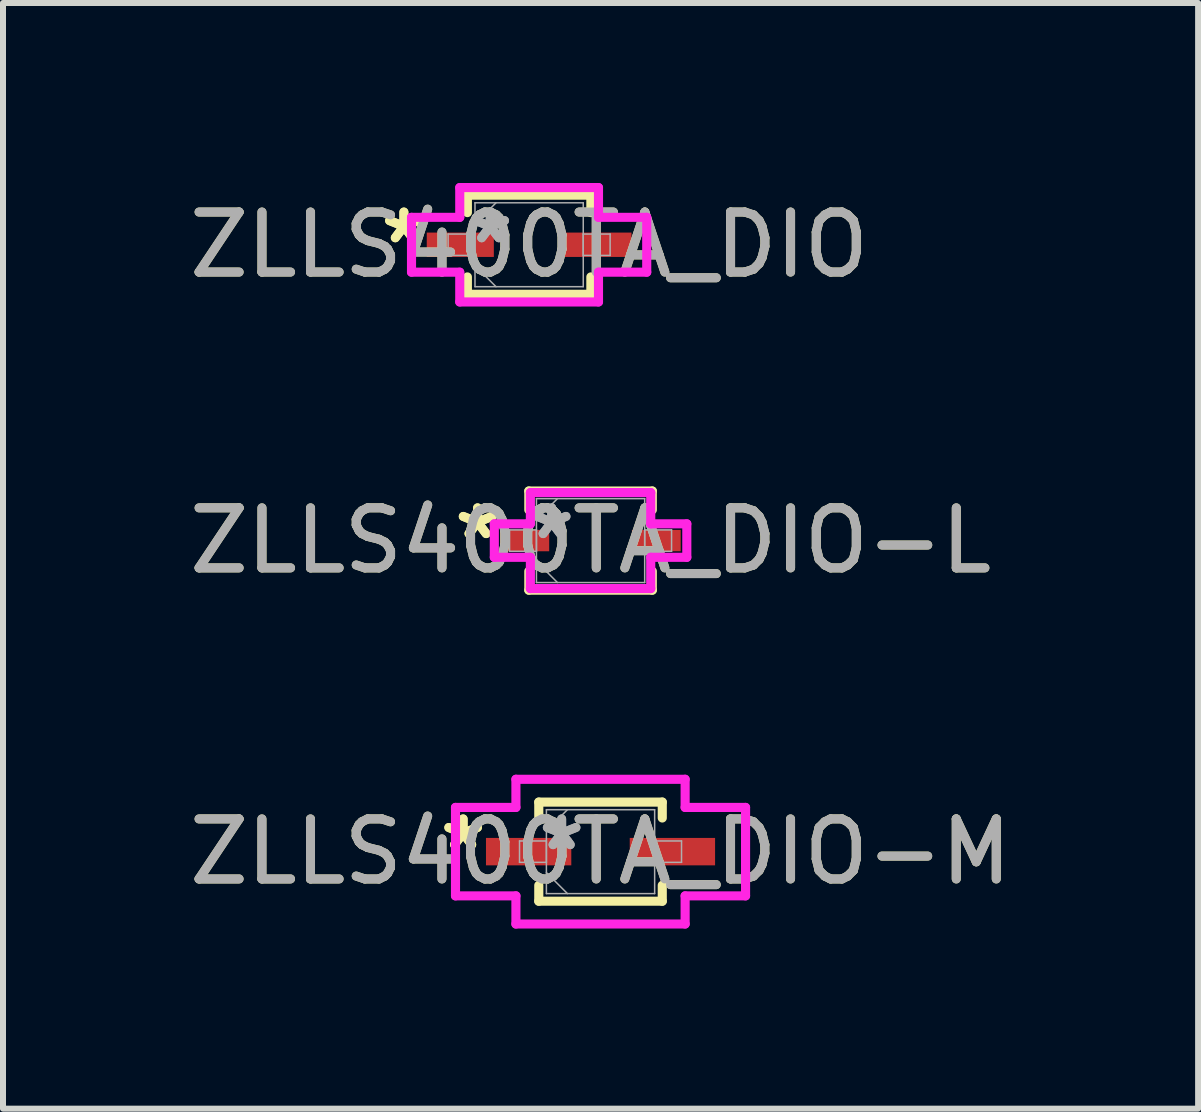
<source format=kicad_pcb>
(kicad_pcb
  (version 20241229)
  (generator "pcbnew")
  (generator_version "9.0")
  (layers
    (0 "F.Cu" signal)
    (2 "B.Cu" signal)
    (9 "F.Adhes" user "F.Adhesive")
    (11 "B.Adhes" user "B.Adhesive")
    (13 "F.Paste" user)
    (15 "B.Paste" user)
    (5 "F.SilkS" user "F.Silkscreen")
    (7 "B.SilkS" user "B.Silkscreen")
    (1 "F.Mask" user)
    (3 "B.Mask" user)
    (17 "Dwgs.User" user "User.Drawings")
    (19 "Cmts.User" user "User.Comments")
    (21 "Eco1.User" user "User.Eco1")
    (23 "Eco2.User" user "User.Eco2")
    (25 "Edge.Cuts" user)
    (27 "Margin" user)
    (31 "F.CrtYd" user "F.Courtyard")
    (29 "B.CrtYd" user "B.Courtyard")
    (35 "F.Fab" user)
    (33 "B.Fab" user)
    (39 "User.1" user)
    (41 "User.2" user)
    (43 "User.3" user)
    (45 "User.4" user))
  (footprint "ZLLS400TA_DIO"
    (layer "F.Cu")
    (at 5.768 1.029)
    (property "Reference" "ZLLS400TA_DIO" (at 0 0 0) (unlocked yes) (layer "F.SilkS") (effects (font (size 1 1) (thickness 0.15))))
    (attr smd)
    (fp_line (start -1.029 -0.826) (end -1.029 -0.536) (stroke (width 0.152) (type solid)) (layer "F.SilkS"))
    (fp_line (start -1.029 0.536) (end -1.029 0.826) (stroke (width 0.152) (type solid)) (layer "F.SilkS"))
    (fp_line (start -1.029 0.826) (end 1.029 0.826) (stroke (width 0.152) (type solid)) (layer "F.SilkS"))
    (fp_line (start 1.029 -0.826) (end -1.029 -0.826) (stroke (width 0.152) (type solid)) (layer "F.SilkS"))
    (fp_line (start 1.029 -0.536) (end 1.029 -0.826) (stroke (width 0.152) (type solid)) (layer "F.SilkS"))
    (fp_line (start 1.029 0.826) (end 1.029 0.536) (stroke (width 0.152) (type solid)) (layer "F.SilkS"))
    (fp_line (start -1.96 -0.457) (end -1.156 -0.457) (stroke (width 0.152) (type solid)) (layer "F.CrtYd"))
    (fp_line (start -1.96 0.457) (end -1.96 -0.457) (stroke (width 0.152) (type solid)) (layer "F.CrtYd"))
    (fp_line (start -1.156 -0.953) (end 1.156 -0.953) (stroke (width 0.152) (type solid)) (layer "F.CrtYd"))
    (fp_line (start -1.156 -0.457) (end -1.156 -0.953) (stroke (width 0.152) (type solid)) (layer "F.CrtYd"))
    (fp_line (start -1.156 0.457) (end -1.96 0.457) (stroke (width 0.152) (type solid)) (layer "F.CrtYd"))
    (fp_line (start -1.156 0.953) (end -1.156 0.457) (stroke (width 0.152) (type solid)) (layer "F.CrtYd"))
    (fp_line (start 1.156 -0.953) (end 1.156 -0.457) (stroke (width 0.152) (type solid)) (layer "F.CrtYd"))
    (fp_line (start 1.156 -0.457) (end 1.96 -0.457) (stroke (width 0.152) (type solid)) (layer "F.CrtYd"))
    (fp_line (start 1.156 0.457) (end 1.156 0.953) (stroke (width 0.152) (type solid)) (layer "F.CrtYd"))
    (fp_line (start 1.156 0.953) (end -1.156 0.953) (stroke (width 0.152) (type solid)) (layer "F.CrtYd"))
    (fp_line (start 1.96 -0.457) (end 1.96 0.457) (stroke (width 0.152) (type solid)) (layer "F.CrtYd"))
    (fp_line (start 1.96 0.457) (end 1.156 0.457) (stroke (width 0.152) (type solid)) (layer "F.CrtYd"))
    (fp_line (start -1.35 -0.178) (end -1.35 0.178) (stroke (width 0.025) (type solid)) (layer "F.Fab"))
    (fp_line (start -1.35 0.178) (end -0.902 0.178) (stroke (width 0.025) (type solid)) (layer "F.Fab"))
    (fp_line (start -0.902 -0.699) (end -0.902 0.699) (stroke (width 0.025) (type solid)) (layer "F.Fab"))
    (fp_line (start -0.902 -0.349) (end -0.552 -0.699) (stroke (width 0.025) (type solid)) (layer "F.Fab"))
    (fp_line (start -0.902 -0.178) (end -1.35 -0.178) (stroke (width 0.025) (type solid)) (layer "F.Fab"))
    (fp_line (start -0.902 0.178) (end -0.902 -0.178) (stroke (width 0.025) (type solid)) (layer "F.Fab"))
    (fp_line (start -0.902 0.349) (end -0.552 0.699) (stroke (width 0.025) (type solid)) (layer "F.Fab"))
    (fp_line (start -0.902 0.699) (end 0.902 0.699) (stroke (width 0.025) (type solid)) (layer "F.Fab"))
    (fp_line (start 0.902 -0.699) (end -0.902 -0.699) (stroke (width 0.025) (type solid)) (layer "F.Fab"))
    (fp_line (start 0.902 -0.178) (end 0.902 0.178) (stroke (width 0.025) (type solid)) (layer "F.Fab"))
    (fp_line (start 0.902 0.178) (end 1.35 0.178) (stroke (width 0.025) (type solid)) (layer "F.Fab"))
    (fp_line (start 0.902 0.699) (end 0.902 -0.699) (stroke (width 0.025) (type solid)) (layer "F.Fab"))
    (fp_line (start 1.35 -0.178) (end 0.902 -0.178) (stroke (width 0.025) (type solid)) (layer "F.Fab"))
    (fp_line (start 1.35 0.178) (end 1.35 -0.178) (stroke (width 0.025) (type solid)) (layer "F.Fab"))
    (fp_text user "*" (at -2.087 0 0) (unlocked yes) (layer "F.SilkS") (effects (font (size 1 1) (thickness 0.15))))
    (fp_text user "*" (at -2.087 0 0) (layer "F.SilkS") (effects (font (size 1 1) (thickness 0.15))))
    (fp_text user "*" (at -0.648 0 0) (unlocked yes) (layer "F.Fab") (effects (font (size 1 1) (thickness 0.15))))
    (fp_text user "${REFERENCE}" (at 0 0 0) (unlocked yes) (layer "F.Fab") (effects (font (size 1 1) (thickness 0.15))))
    (fp_text user "*" (at -0.648 0 0) (layer "F.Fab") (effects (font (size 1 1) (thickness 0.15))))
    (pad "1" smd rect (at -1.147 0) (size 1.118 0.406) (layers "F.Cu" "F.Mask" "F.Paste"))
    (pad "2" smd rect (at 1.147 0) (size 1.118 0.406) (layers "F.Cu" "F.Mask" "F.Paste")))
  (footprint "ZLLS400TA_DIO-M"
    (layer "F.Cu")
    (at 6.958 11.143)
    (property "Reference" "ZLLS400TA_DIO-M" (at 0 0 0) (unlocked yes) (layer "F.SilkS") (effects (font (size 1 1) (thickness 0.15))))
    (attr smd)
    (fp_line (start -1.029 -0.826) (end -1.029 -0.561) (stroke (width 0.152) (type solid)) (layer "F.SilkS"))
    (fp_line (start -1.029 0.561) (end -1.029 0.826) (stroke (width 0.152) (type solid)) (layer "F.SilkS"))
    (fp_line (start -1.029 0.826) (end 1.029 0.826) (stroke (width 0.152) (type solid)) (layer "F.SilkS"))
    (fp_line (start 1.029 -0.826) (end -1.029 -0.826) (stroke (width 0.152) (type solid)) (layer "F.SilkS"))
    (fp_line (start 1.029 -0.561) (end 1.029 -0.826) (stroke (width 0.152) (type solid)) (layer "F.SilkS"))
    (fp_line (start 1.029 0.826) (end 1.029 0.561) (stroke (width 0.152) (type solid)) (layer "F.SilkS"))
    (fp_line (start -2.417 -0.737) (end -1.41 -0.737) (stroke (width 0.152) (type solid)) (layer "F.CrtYd"))
    (fp_line (start -2.417 0.737) (end -2.417 -0.737) (stroke (width 0.152) (type solid)) (layer "F.CrtYd"))
    (fp_line (start -1.41 -1.206) (end 1.41 -1.206) (stroke (width 0.152) (type solid)) (layer "F.CrtYd"))
    (fp_line (start -1.41 -0.737) (end -1.41 -1.206) (stroke (width 0.152) (type solid)) (layer "F.CrtYd"))
    (fp_line (start -1.41 0.737) (end -2.417 0.737) (stroke (width 0.152) (type solid)) (layer "F.CrtYd"))
    (fp_line (start -1.41 1.206) (end -1.41 0.737) (stroke (width 0.152) (type solid)) (layer "F.CrtYd"))
    (fp_line (start 1.41 -1.206) (end 1.41 -0.737) (stroke (width 0.152) (type solid)) (layer "F.CrtYd"))
    (fp_line (start 1.41 -0.737) (end 2.417 -0.737) (stroke (width 0.152) (type solid)) (layer "F.CrtYd"))
    (fp_line (start 1.41 0.737) (end 1.41 1.206) (stroke (width 0.152) (type solid)) (layer "F.CrtYd"))
    (fp_line (start 1.41 1.206) (end -1.41 1.206) (stroke (width 0.152) (type solid)) (layer "F.CrtYd"))
    (fp_line (start 2.417 -0.737) (end 2.417 0.737) (stroke (width 0.152) (type solid)) (layer "F.CrtYd"))
    (fp_line (start 2.417 0.737) (end 1.41 0.737) (stroke (width 0.152) (type solid)) (layer "F.CrtYd"))
    (fp_line (start -1.35 -0.178) (end -1.35 0.178) (stroke (width 0.025) (type solid)) (layer "F.Fab"))
    (fp_line (start -1.35 0.178) (end -0.902 0.178) (stroke (width 0.025) (type solid)) (layer "F.Fab"))
    (fp_line (start -0.902 -0.699) (end -0.902 0.699) (stroke (width 0.025) (type solid)) (layer "F.Fab"))
    (fp_line (start -0.902 -0.349) (end -0.552 -0.699) (stroke (width 0.025) (type solid)) (layer "F.Fab"))
    (fp_line (start -0.902 -0.178) (end -1.35 -0.178) (stroke (width 0.025) (type solid)) (layer "F.Fab"))
    (fp_line (start -0.902 0.178) (end -0.902 -0.178) (stroke (width 0.025) (type solid)) (layer "F.Fab"))
    (fp_line (start -0.902 0.349) (end -0.552 0.699) (stroke (width 0.025) (type solid)) (layer "F.Fab"))
    (fp_line (start -0.902 0.699) (end 0.902 0.699) (stroke (width 0.025) (type solid)) (layer "F.Fab"))
    (fp_line (start 0.902 -0.699) (end -0.902 -0.699) (stroke (width 0.025) (type solid)) (layer "F.Fab"))
    (fp_line (start 0.902 -0.178) (end 0.902 0.178) (stroke (width 0.025) (type solid)) (layer "F.Fab"))
    (fp_line (start 0.902 0.178) (end 1.35 0.178) (stroke (width 0.025) (type solid)) (layer "F.Fab"))
    (fp_line (start 0.902 0.699) (end 0.902 -0.699) (stroke (width 0.025) (type solid)) (layer "F.Fab"))
    (fp_line (start 1.35 -0.178) (end 0.902 -0.178) (stroke (width 0.025) (type solid)) (layer "F.Fab"))
    (fp_line (start 1.35 0.178) (end 1.35 -0.178) (stroke (width 0.025) (type solid)) (layer "F.Fab"))
    (fp_text user "*" (at -2.29 0 0) (layer "F.SilkS") (effects (font (size 1 1) (thickness 0.15))))
    (fp_text user "*" (at -2.29 0 0) (unlocked yes) (layer "F.SilkS") (effects (font (size 1 1) (thickness 0.15))))
    (fp_text user "*" (at -0.648 0 0) (unlocked yes) (layer "F.Fab") (effects (font (size 1 1) (thickness 0.15))))
    (fp_text user "*" (at -0.648 0 0) (layer "F.Fab") (effects (font (size 1 1) (thickness 0.15))))
    (fp_text user "${REFERENCE}" (at 0 0 0) (unlocked yes) (layer "F.Fab") (effects (font (size 1 1) (thickness 0.15))))
    (pad "1" smd rect (at -1.198 0) (size 1.422 0.457) (layers "F.Cu" "F.Mask" "F.Paste"))
    (pad "2" smd rect (at 1.198 0) (size 1.422 0.457) (layers "F.Cu" "F.Mask" "F.Paste")))
  (footprint "ZLLS400TA_DIO-L"
    (layer "F.Cu")
    (at 6.792 5.959)
    (property "Reference" "ZLLS400TA_DIO-L" (at 0 0 0) (unlocked yes) (layer "F.SilkS") (effects (font (size 1 1) (thickness 0.15))))
    (attr smd)
    (fp_line (start -1.029 -0.826) (end -1.029 -0.511) (stroke (width 0.152) (type solid)) (layer "F.SilkS"))
    (fp_line (start -1.029 0.511) (end -1.029 0.826) (stroke (width 0.152) (type solid)) (layer "F.SilkS"))
    (fp_line (start -1.029 0.826) (end 1.029 0.826) (stroke (width 0.152) (type solid)) (layer "F.SilkS"))
    (fp_line (start 1.029 -0.826) (end -1.029 -0.826) (stroke (width 0.152) (type solid)) (layer "F.SilkS"))
    (fp_line (start 1.029 -0.511) (end 1.029 -0.826) (stroke (width 0.152) (type solid)) (layer "F.SilkS"))
    (fp_line (start 1.029 0.826) (end 1.029 0.511) (stroke (width 0.152) (type solid)) (layer "F.SilkS"))
    (fp_line (start -1.604 -0.279) (end -1.003 -0.279) (stroke (width 0.152) (type solid)) (layer "F.CrtYd"))
    (fp_line (start -1.604 0.279) (end -1.604 -0.279) (stroke (width 0.152) (type solid)) (layer "F.CrtYd"))
    (fp_line (start -1.003 -0.8) (end 1.003 -0.8) (stroke (width 0.152) (type solid)) (layer "F.CrtYd"))
    (fp_line (start -1.003 -0.279) (end -1.003 -0.8) (stroke (width 0.152) (type solid)) (layer "F.CrtYd"))
    (fp_line (start -1.003 0.279) (end -1.604 0.279) (stroke (width 0.152) (type solid)) (layer "F.CrtYd"))
    (fp_line (start -1.003 0.8) (end -1.003 0.279) (stroke (width 0.152) (type solid)) (layer "F.CrtYd"))
    (fp_line (start 1.003 -0.8) (end 1.003 -0.279) (stroke (width 0.152) (type solid)) (layer "F.CrtYd"))
    (fp_line (start 1.003 -0.279) (end 1.604 -0.279) (stroke (width 0.152) (type solid)) (layer "F.CrtYd"))
    (fp_line (start 1.003 0.279) (end 1.003 0.8) (stroke (width 0.152) (type solid)) (layer "F.CrtYd"))
    (fp_line (start 1.003 0.8) (end -1.003 0.8) (stroke (width 0.152) (type solid)) (layer "F.CrtYd"))
    (fp_line (start 1.604 -0.279) (end 1.604 0.279) (stroke (width 0.152) (type solid)) (layer "F.CrtYd"))
    (fp_line (start 1.604 0.279) (end 1.003 0.279) (stroke (width 0.152) (type solid)) (layer "F.CrtYd"))
    (fp_line (start -1.35 -0.178) (end -1.35 0.178) (stroke (width 0.025) (type solid)) (layer "F.Fab"))
    (fp_line (start -1.35 0.178) (end -0.902 0.178) (stroke (width 0.025) (type solid)) (layer "F.Fab"))
    (fp_line (start -0.902 -0.699) (end -0.902 0.699) (stroke (width 0.025) (type solid)) (layer "F.Fab"))
    (fp_line (start -0.902 -0.349) (end -0.552 -0.699) (stroke (width 0.025) (type solid)) (layer "F.Fab"))
    (fp_line (start -0.902 -0.178) (end -1.35 -0.178) (stroke (width 0.025) (type solid)) (layer "F.Fab"))
    (fp_line (start -0.902 0.178) (end -0.902 -0.178) (stroke (width 0.025) (type solid)) (layer "F.Fab"))
    (fp_line (start -0.902 0.349) (end -0.552 0.699) (stroke (width 0.025) (type solid)) (layer "F.Fab"))
    (fp_line (start -0.902 0.699) (end 0.902 0.699) (stroke (width 0.025) (type solid)) (layer "F.Fab"))
    (fp_line (start 0.902 -0.699) (end -0.902 -0.699) (stroke (width 0.025) (type solid)) (layer "F.Fab"))
    (fp_line (start 0.902 -0.178) (end 0.902 0.178) (stroke (width 0.025) (type solid)) (layer "F.Fab"))
    (fp_line (start 0.902 0.178) (end 1.35 0.178) (stroke (width 0.025) (type solid)) (layer "F.Fab"))
    (fp_line (start 0.902 0.699) (end 0.902 -0.699) (stroke (width 0.025) (type solid)) (layer "F.Fab"))
    (fp_line (start 1.35 -0.178) (end 0.902 -0.178) (stroke (width 0.025) (type solid)) (layer "F.Fab"))
    (fp_line (start 1.35 0.178) (end 1.35 -0.178) (stroke (width 0.025) (type solid)) (layer "F.Fab"))
    (fp_text user "*" (at -1.883 0 0) (unlocked yes) (layer "F.SilkS") (effects (font (size 1 1) (thickness 0.15))))
    (fp_text user "*" (at -1.883 0 0) (layer "F.SilkS") (effects (font (size 1 1) (thickness 0.15))))
    (fp_text user "${REFERENCE}" (at 0 0 0) (unlocked yes) (layer "F.Fab") (effects (font (size 1 1) (thickness 0.15))))
    (fp_text user "*" (at -0.648 0 0) (layer "F.Fab") (effects (font (size 1 1) (thickness 0.15))))
    (fp_text user "*" (at -0.648 0 0) (unlocked yes) (layer "F.Fab") (effects (font (size 1 1) (thickness 0.15))))
    (pad "1" smd rect (at -1.096 0) (size 0.813 0.356) (layers "F.Cu" "F.Mask" "F.Paste"))
    (pad "2" smd rect (at 1.096 0) (size 0.813 0.356) (layers "F.Cu" "F.Mask" "F.Paste")))
  (gr_rect
    (start -3 -3)
    (end 16.917 15.426)
    (stroke (width 0.1) (type default))
    (fill no)
    (layer "Edge.Cuts")))
</source>
